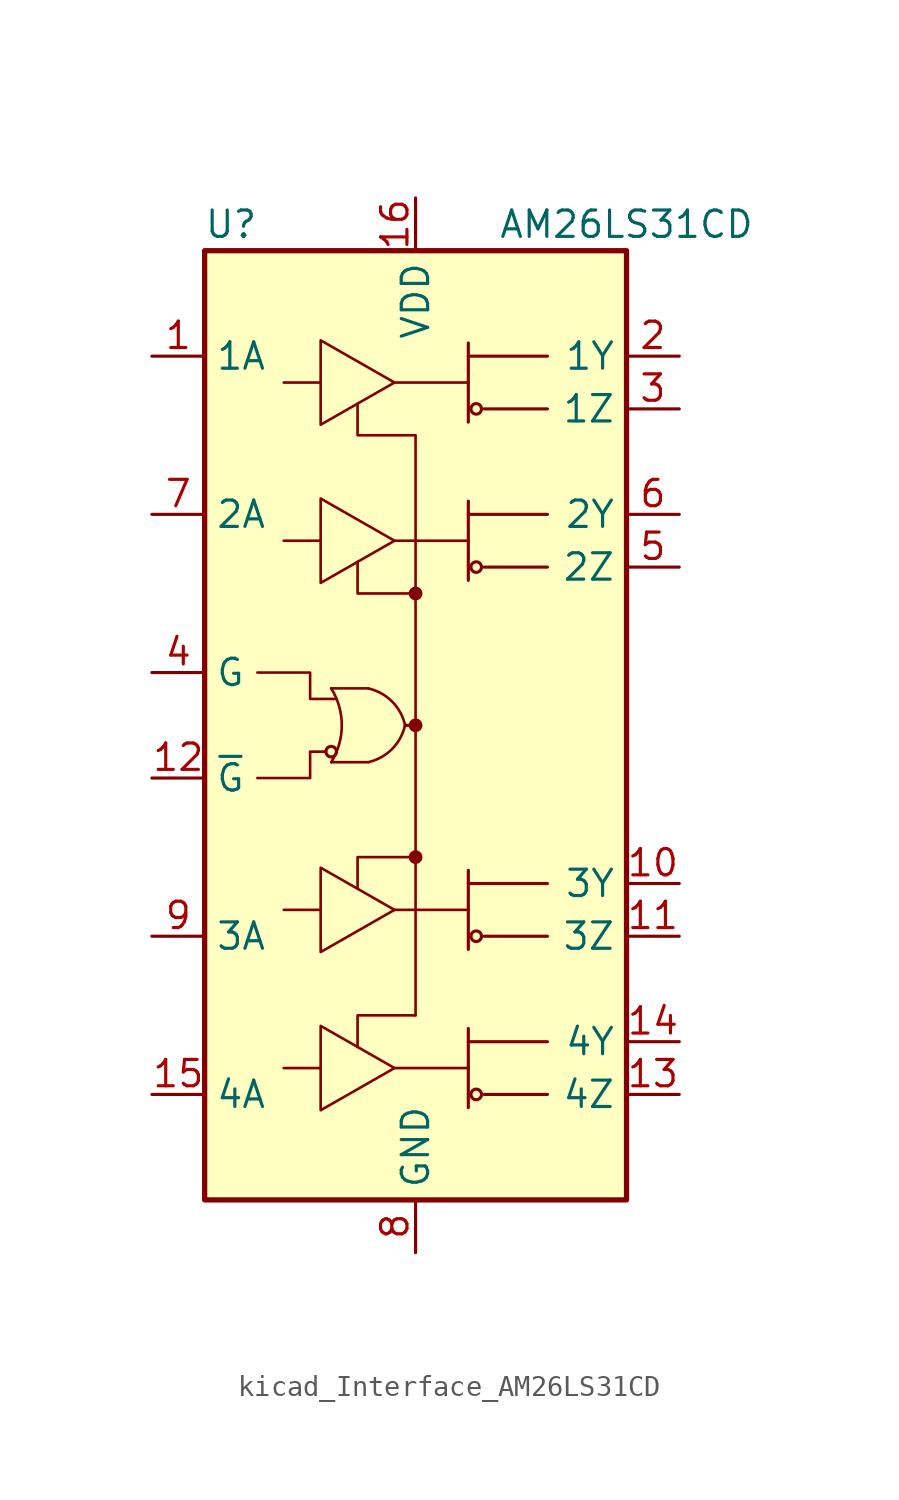
<source format=kicad_sym>
(kicad_symbol_lib
  (version 20220914)
  (generator kicad_symbol_editor)
  (symbol "kicad_Interface_AM26LS31CD"
    (property "Reference" "U"
      (at -8.89 24.13 0)
      (effects (font (size 1.27 1.27))))
    (property "Value" "AM26LS31CD"
      (at 10.16 24.13 0)
      (effects (font (size 1.27 1.27))))
    (symbol "kicad_Interface_AM26LS31CD_0_1"
      (rectangle (start -10.16 22.86) (end 10.16 -22.86) (stroke (width 0.254) (type default)) (fill (type background)))
      (arc (start -4.064 -1.778) (mid -3.5541 0) (end -4.064 1.778) (stroke (width 0.127) (type default)) (fill (type none)))
      (circle (center -4.064 -1.27) (radius 0.254) (stroke (width 0) (type default)) (fill (type none)))
      (arc (start -2.286 -1.778) (mid -1.1381 -1.1479) (end -0.508 0) (stroke (width 0.127) (type default)) (fill (type none)))
      (arc (start -0.508 0) (mid -1.1381 1.1479) (end -2.286 1.778) (stroke (width 0.127) (type default)) (fill (type none)))
      (circle (center 0 -6.35) (radius 0.254) (stroke (width 0) (type default)) (fill (type outline)))
      (polyline (pts (xy -4.064 -1.778) (xy -2.286 -1.778)) (stroke (width 0.127) (type default)) (fill (type none)))
      (polyline (pts (xy -2.286 1.778) (xy -4.064 1.778)) (stroke (width 0.127) (type default)) (fill (type none)))
      (polyline (pts (xy -1.016 -16.51) (xy 2.54 -16.51)) (stroke (width 0.127) (type default)) (fill (type none)))
      (polyline (pts (xy -1.016 -8.89) (xy 2.54 -8.89)) (stroke (width 0.127) (type default)) (fill (type none)))
      (polyline (pts (xy -1.016 8.89) (xy 2.54 8.89)) (stroke (width 0.127) (type default)) (fill (type none)))
      (polyline (pts (xy -1.016 16.51) (xy 2.54 16.51)) (stroke (width 0.127) (type default)) (fill (type none)))
      (polyline (pts (xy -0.508 0) (xy 0 0)) (stroke (width 0) (type default)) (fill (type none)))
      (polyline (pts (xy 0 0) (xy 0 -13.97)) (stroke (width 0.127) (type default)) (fill (type none)))
      (polyline (pts (xy 0 6.35) (xy 0 0)) (stroke (width 0.127) (type default)) (fill (type none)))
      (polyline (pts (xy 2.54 -18.415) (xy 2.54 -14.605)) (stroke (width 0.152) (type default)) (fill (type none)))
      (polyline (pts (xy 2.54 -15.24) (xy 6.35 -15.24)) (stroke (width 0.152) (type default)) (fill (type none)))
      (polyline (pts (xy 2.54 -10.795) (xy 2.54 -6.985)) (stroke (width 0.152) (type default)) (fill (type none)))
      (polyline (pts (xy 2.54 -7.62) (xy 6.35 -7.62)) (stroke (width 0.152) (type default)) (fill (type none)))
      (polyline (pts (xy 2.54 6.985) (xy 2.54 10.795)) (stroke (width 0.152) (type default)) (fill (type none)))
      (polyline (pts (xy 2.54 10.16) (xy 6.35 10.16)) (stroke (width 0.152) (type default)) (fill (type none)))
      (polyline (pts (xy 2.54 14.605) (xy 2.54 18.415)) (stroke (width 0.152) (type default)) (fill (type none)))
      (polyline (pts (xy 2.54 17.78) (xy 6.35 17.78)) (stroke (width 0.152) (type default)) (fill (type none)))
      (polyline (pts (xy 6.35 -17.78) (xy 3.302 -17.78)) (stroke (width 0.152) (type default)) (fill (type none)))
      (polyline (pts (xy 6.35 -10.16) (xy 3.302 -10.16)) (stroke (width 0.152) (type default)) (fill (type none)))
      (polyline (pts (xy 6.35 7.62) (xy 3.302 7.62)) (stroke (width 0.152) (type default)) (fill (type none)))
      (polyline (pts (xy 6.35 15.24) (xy 3.302 15.24)) (stroke (width 0.152) (type default)) (fill (type none)))
      (polyline (pts (xy 0 -13.97) (xy -2.794 -13.97) (xy -2.794 -15.494)) (stroke (width 0.127) (type default)) (fill (type none)))
      (polyline (pts (xy 0 -6.35) (xy -2.794 -6.35) (xy -2.794 -7.874)) (stroke (width 0.127) (type default)) (fill (type none)))
      (polyline (pts (xy 0 6.35) (xy -2.794 6.35) (xy -2.794 7.874)) (stroke (width 0.127) (type default)) (fill (type none)))
      (polyline (pts (xy -7.62 2.54) (xy -5.08 2.54) (xy -5.08 1.27) (xy -3.81 1.27)) (stroke (width 0.127) (type default)) (fill (type none)))
      (polyline (pts (xy -4.572 18.542) (xy -4.572 14.478) (xy -1.016 16.51) (xy -4.572 18.542)) (stroke (width 0.127) (type default)) (fill (type none)))
      (polyline (pts (xy -4.318 -1.27) (xy -5.08 -1.27) (xy -5.08 -2.54) (xy -7.62 -2.54)) (stroke (width 0.127) (type default)) (fill (type none)))
      (polyline (pts (xy 0 6.35) (xy 0 13.97) (xy -2.794 13.97) (xy -2.794 15.494)) (stroke (width 0.127) (type default)) (fill (type none)))
      (circle (center 0 0) (radius 0.254) (stroke (width 0) (type default)) (fill (type outline)))
      (circle (center 0 6.35) (radius 0.254) (stroke (width 0) (type default)) (fill (type outline)))
      (circle (center 2.921 -17.78) (radius 0.254) (stroke (width 0) (type default)) (fill (type none)))
      (circle (center 2.921 -10.16) (radius 0.254) (stroke (width 0) (type default)) (fill (type none)))
      (circle (center 2.921 7.62) (radius 0.254) (stroke (width 0) (type default)) (fill (type none)))
      (circle (center 2.921 15.24) (radius 0.254) (stroke (width 0) (type default)) (fill (type none))))
    (symbol "kicad_Interface_AM26LS31CD_1_1"
      (polyline (pts (xy -6.35 -16.51) (xy -4.572 -16.51)) (stroke (width 0.127) (type default)) (fill (type none)))
      (polyline (pts (xy -6.35 -8.89) (xy -4.572 -8.89)) (stroke (width 0.127) (type default)) (fill (type none)))
      (polyline (pts (xy -6.35 8.89) (xy -4.572 8.89)) (stroke (width 0.127) (type default)) (fill (type none)))
      (polyline (pts (xy -6.35 16.51) (xy -4.572 16.51)) (stroke (width 0.127) (type default)) (fill (type none)))
      (polyline (pts (xy -4.572 -14.478) (xy -4.572 -18.542) (xy -1.016 -16.51) (xy -4.572 -14.478)) (stroke (width 0.127) (type default)) (fill (type none)))
      (polyline (pts (xy -4.572 -6.858) (xy -4.572 -10.922) (xy -1.016 -8.89) (xy -4.572 -6.858)) (stroke (width 0.127) (type default)) (fill (type none)))
      (polyline (pts (xy -4.572 10.922) (xy -4.572 6.858) (xy -1.016 8.89) (xy -4.572 10.922)) (stroke (width 0.127) (type default)) (fill (type none)))
      (pin input line (at -12.7 17.78 0) (length 2.54) (name "1A" (effects (font (size 1.27 1.27)))) (number "1" (effects (font (size 1.27 1.27)))))
      (pin tri_state line (at 12.7 -7.62 180) (length 2.54) (name "3Y" (effects (font (size 1.27 1.27)))) (number "10" (effects (font (size 1.27 1.27)))))
      (pin tri_state line (at 12.7 -10.16 180) (length 2.54) (name "3Z" (effects (font (size 1.27 1.27)))) (number "11" (effects (font (size 1.27 1.27)))))
      (pin input line (at -12.7 -2.54 0) (length 2.54) (name "~{G}" (effects (font (size 1.27 1.27)))) (number "12" (effects (font (size 1.27 1.27)))))
      (pin tri_state line (at 12.7 -17.78 180) (length 2.54) (name "4Z" (effects (font (size 1.27 1.27)))) (number "13" (effects (font (size 1.27 1.27)))))
      (pin tri_state line (at 12.7 -15.24 180) (length 2.54) (name "4Y" (effects (font (size 1.27 1.27)))) (number "14" (effects (font (size 1.27 1.27)))))
      (pin input line (at -12.7 -17.78 0) (length 2.54) (name "4A" (effects (font (size 1.27 1.27)))) (number "15" (effects (font (size 1.27 1.27)))))
      (pin power_in line (at 0 25.4 270) (length 2.54) (name "VDD" (effects (font (size 1.27 1.27)))) (number "16" (effects (font (size 1.27 1.27)))))
      (pin tri_state line (at 12.7 17.78 180) (length 2.54) (name "1Y" (effects (font (size 1.27 1.27)))) (number "2" (effects (font (size 1.27 1.27)))))
      (pin tri_state line (at 12.7 15.24 180) (length 2.54) (name "1Z" (effects (font (size 1.27 1.27)))) (number "3" (effects (font (size 1.27 1.27)))))
      (pin input line (at -12.7 2.54 0) (length 2.54) (name "G" (effects (font (size 1.27 1.27)))) (number "4" (effects (font (size 1.27 1.27)))))
      (pin tri_state line (at 12.7 7.62 180) (length 2.54) (name "2Z" (effects (font (size 1.27 1.27)))) (number "5" (effects (font (size 1.27 1.27)))))
      (pin tri_state line (at 12.7 10.16 180) (length 2.54) (name "2Y" (effects (font (size 1.27 1.27)))) (number "6" (effects (font (size 1.27 1.27)))))
      (pin input line (at -12.7 10.16 0) (length 2.54) (name "2A" (effects (font (size 1.27 1.27)))) (number "7" (effects (font (size 1.27 1.27)))))
      (pin power_in line (at 0 -25.4 90) (length 2.54) (name "GND" (effects (font (size 1.27 1.27)))) (number "8" (effects (font (size 1.27 1.27)))))
      (pin input line (at -12.7 -10.16 0) (length 2.54) (name "3A" (effects (font (size 1.27 1.27)))) (number "9" (effects (font (size 1.27 1.27))))))))
</source>
